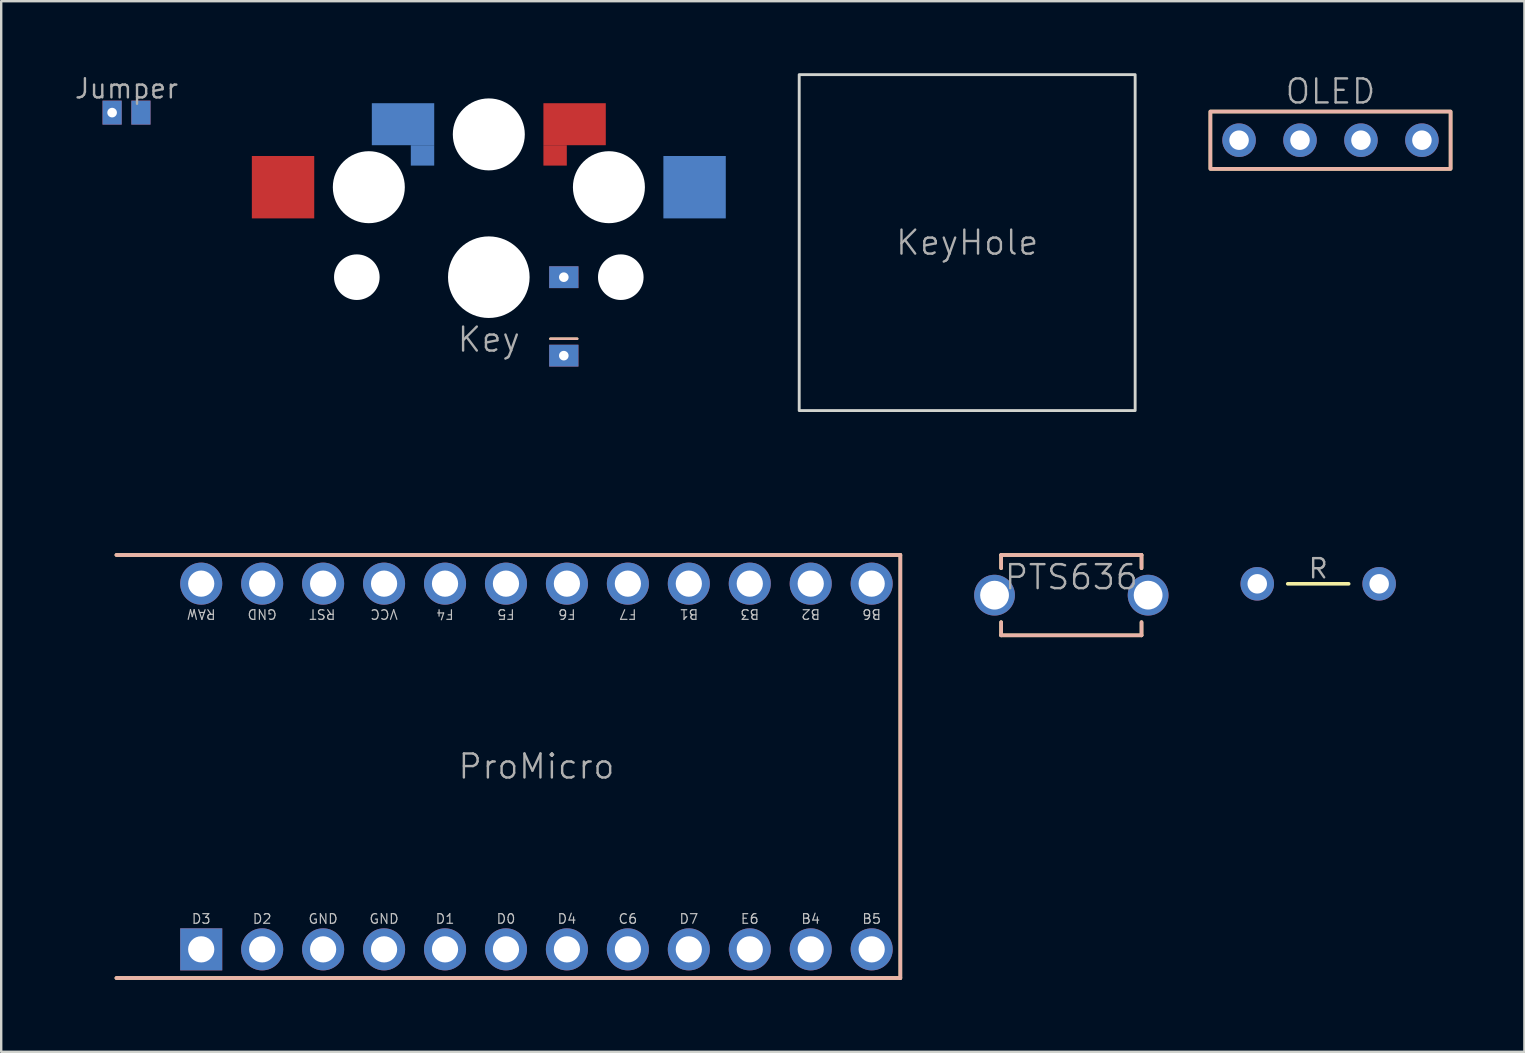
<source format=kicad_pcb>
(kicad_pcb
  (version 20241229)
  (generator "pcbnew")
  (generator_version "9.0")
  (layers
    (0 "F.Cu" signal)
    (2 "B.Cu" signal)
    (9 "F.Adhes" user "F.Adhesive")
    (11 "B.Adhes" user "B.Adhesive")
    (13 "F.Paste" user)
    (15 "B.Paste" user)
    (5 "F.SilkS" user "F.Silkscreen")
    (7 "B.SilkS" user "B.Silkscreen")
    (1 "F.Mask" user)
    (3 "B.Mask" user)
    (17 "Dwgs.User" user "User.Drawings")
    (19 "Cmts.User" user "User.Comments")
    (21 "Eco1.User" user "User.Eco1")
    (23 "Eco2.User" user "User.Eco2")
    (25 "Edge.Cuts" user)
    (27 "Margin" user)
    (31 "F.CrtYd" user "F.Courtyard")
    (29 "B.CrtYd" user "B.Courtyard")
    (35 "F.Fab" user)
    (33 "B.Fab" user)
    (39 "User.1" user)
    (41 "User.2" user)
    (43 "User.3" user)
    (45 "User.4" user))
  (footprint "Key"
    (layer "F.Cu")
    (at 17.32 8.501)
    (property "Reference" "Key" (at 0 2.6 0) (unlocked yes) (layer "F.Fab") (effects (font (size 1 1) (thickness 0.1))))
    (attr through_hole)
    (fp_line (start 2.565 2.565) (end 3.685 2.565) (stroke (width 0.1) (type default)) (layer "F.SilkS"))
    (fp_line (start 2.565 2.565) (end 3.685 2.565) (stroke (width 0.1) (type default)) (layer "B.SilkS"))
    (fp_rect (start -9 -8.5) (end 9 8.5) (stroke (width 0.001) (type default)) (fill no) (layer "Dwgs.User"))
    (fp_rect (start -6.9 -6.9) (end 6.9 6.9) (stroke (width 0.001) (type default)) (fill no) (layer "B.Fab"))
    (fp_rect (start 7.275 -8.275) (end -2.275 -1.425) (stroke (width 0.001) (type default)) (fill no) (layer "B.Fab"))
    (fp_rect (start -7.275 -8.275) (end 2.275 -1.425) (stroke (width 0.001) (type default)) (fill no) (layer "F.Fab"))
    (fp_rect (start -6.9 -6.9) (end 6.9 6.9) (stroke (width 0.001) (type default)) (fill no) (layer "F.Fab"))
    (pad "" np_thru_hole circle (at -5.5 0) (size 1.9 1.9) (drill 1.9) (layers "*.Cu" "*.Mask"))
    (pad "" np_thru_hole circle (at -5 -3.75) (size 3 3) (drill 3) (layers "*.Cu" "*.Mask"))
    (pad "" np_thru_hole circle (at 0 -5.95) (size 3 3) (drill 3) (layers "*.Cu" "*.Mask"))
    (pad "" np_thru_hole circle (at 0 0) (size 3.4 3.4) (drill 3.4) (layers "*.Cu" "*.Mask"))
    (pad "" np_thru_hole circle (at 5.005 -3.75) (size 3 3) (drill 3) (layers "*.Cu" "*.Mask"))
    (pad "" np_thru_hole circle (at 5.5 0) (size 1.9 1.9) (drill 1.9) (layers "*.Cu" "*.Mask"))
    (pad "1" smd rect (at -8.575 -3.75) (size 2.6 2.6) (layers "F.Cu" "F.Mask" "F.Paste"))
    (pad "2" smd rect (at -3.575 -6.375) (size 2.6 1.75) (layers "B.Cu" "B.Mask" "B.Paste"))
    (pad "2" smd rect (at -2.763 -5.075) (size 0.975 0.85) (layers "B.Cu" "B.Mask" "B.Paste"))
    (pad "3" smd rect (at 8.575 -3.75) (size 2.6 2.6) (layers "B.Cu" "B.Mask" "B.Paste"))
    (pad "4" smd rect (at 2.763 -5.075) (size 0.975 0.85) (layers "F.Cu" "F.Mask" "F.Paste"))
    (pad "4" smd rect (at 3.575 -6.375) (size 2.6 1.75) (layers "F.Cu" "F.Mask" "F.Paste"))
    (pad "5" thru_hole rect (at 3.125 0 90) (size 0.91 1.22) (drill 0.4) (layers "*.Cu" "*.Mask"))
    (pad "6" thru_hole rect (at 3.125 3.27 90) (size 0.91 1.22) (drill 0.4) (layers "*.Cu" "*.Mask")))
  (footprint "Jumper"
    (layer "F.Cu")
    (at 2.222 1.643)
    (property "Reference" "Jumper" (at 0 -1 0) (unlocked yes) (layer "F.Fab") (effects (font (size 0.8 0.8) (thickness 0.1))))
    (attr smd)
    (pad "1" thru_hole rect (at -0.6 0) (size 0.8 1) (drill 0.4) (layers "*.Cu" "*.Mask"))
    (pad "2" smd rect (at 0.6 0) (size 0.8 1) (layers "F.Cu" "F.Mask" "F.Paste"))
    (pad "3" smd rect (at 0.6 0) (size 0.8 1) (layers "B.Cu" "B.Mask" "B.Paste")))
  (footprint "KeyHole"
    (layer "F.Cu")
    (at 37.255 7.06)
    (property "Reference" "KeyHole" (at 0 0 0) (unlocked yes) (layer "F.Fab") (effects (font (size 1 1) (thickness 0.1))))
    (fp_rect (start -7 -7) (end 7 7) (stroke (width 0.12) (type default)) (fill no) (layer "Edge.Cuts")))
  (footprint "ProMicro"
    (layer "F.Cu")
    (at 19.305 28.892)
    (property "Reference" "ProMicro" (at 0 0 0) (layer "F.Fab") (effects (font (size 1 1) (thickness 0.1))))
    (attr through_hole)
    (fp_line (start -17.505 -8.815) (end 15.165 -8.815) (stroke (width 0.15) (type default)) (layer "F.SilkS"))
    (fp_line (start 15.165 -8.815) (end 15.165 8.815) (stroke (width 0.15) (type default)) (layer "F.SilkS"))
    (fp_line (start 15.165 8.815) (end -17.505 8.815) (stroke (width 0.15) (type default)) (layer "F.SilkS"))
    (fp_line (start -17.505 -8.815) (end 15.165 -8.815) (stroke (width 0.15) (type default)) (layer "B.SilkS"))
    (fp_line (start 15.165 -8.815) (end 15.165 8.815) (stroke (width 0.15) (type default)) (layer "B.SilkS"))
    (fp_line (start 15.165 8.815) (end -17.505 8.815) (stroke (width 0.15) (type default)) (layer "B.SilkS"))
    (fp_rect (start -19.304 -3.556) (end -14.224 3.81) (stroke (width 0.001) (type default)) (fill no) (layer "Dwgs.User"))
    (fp_rect (start -17.78 -8.89) (end 15.24 8.89) (stroke (width 0.001) (type default)) (fill no) (layer "F.Fab"))
    (fp_text user "F6" (at 1.27 -6.35 180) (unlocked yes) (layer "Dwgs.User") (effects (font (size 0.4 0.4) (thickness 0.05))))
    (fp_text user "F7" (at 3.81 -6.35 180) (unlocked yes) (layer "Dwgs.User") (effects (font (size 0.4 0.4) (thickness 0.05))))
    (fp_text user "GND" (at -8.89 6.35 0) (unlocked yes) (layer "Dwgs.User") (effects (font (size 0.4 0.4) (thickness 0.05))))
    (fp_text user "B2" (at 11.43 -6.35 180) (unlocked yes) (layer "Dwgs.User") (effects (font (size 0.4 0.4) (thickness 0.05))))
    (fp_text user "C6" (at 3.81 6.35 0) (unlocked yes) (layer "Dwgs.User") (effects (font (size 0.4 0.4) (thickness 0.05))))
    (fp_text user "GND" (at -6.35 6.35 0) (unlocked yes) (layer "Dwgs.User") (effects (font (size 0.4 0.4) (thickness 0.05))))
    (fp_text user "D7" (at 6.35 6.35 0) (unlocked yes) (layer "Dwgs.User") (effects (font (size 0.4 0.4) (thickness 0.05))))
    (fp_text user "B1" (at 6.35 -6.35 180) (unlocked yes) (layer "Dwgs.User") (effects (font (size 0.4 0.4) (thickness 0.05))))
    (fp_text user "RST" (at -8.92 -6.35 180) (unlocked yes) (layer "Dwgs.User") (effects (font (size 0.4 0.4) (thickness 0.05))))
    (fp_text user "D1" (at -3.81 6.35 0) (unlocked yes) (layer "Dwgs.User") (effects (font (size 0.4 0.4) (thickness 0.05))))
    (fp_text user "D3" (at -13.97 6.35 0) (unlocked yes) (layer "Dwgs.User") (effects (font (size 0.4 0.4) (thickness 0.05))))
    (fp_text user "F5" (at -1.27 -6.35 180) (unlocked yes) (layer "Dwgs.User") (effects (font (size 0.4 0.4) (thickness 0.05))))
    (fp_text user "B3" (at 8.89 -6.35 180) (unlocked yes) (layer "Dwgs.User") (effects (font (size 0.4 0.4) (thickness 0.05))))
    (fp_text user "D4" (at 1.27 6.35 0) (unlocked yes) (layer "Dwgs.User") (effects (font (size 0.4 0.4) (thickness 0.05))))
    (fp_text user "GND" (at -11.43 -6.35 180) (unlocked yes) (layer "Dwgs.User") (effects (font (size 0.4 0.4) (thickness 0.05))))
    (fp_text user "B6" (at 13.97 -6.35 180) (unlocked yes) (layer "Dwgs.User") (effects (font (size 0.4 0.4) (thickness 0.05))))
    (fp_text user "VCC" (at -6.35 -6.35 180) (unlocked yes) (layer "Dwgs.User") (effects (font (size 0.4 0.4) (thickness 0.05))))
    (fp_text user "B4" (at 11.43 6.35 0) (unlocked yes) (layer "Dwgs.User") (effects (font (size 0.4 0.4) (thickness 0.05))))
    (fp_text user "B5" (at 13.97 6.35 0) (unlocked yes) (layer "Dwgs.User") (effects (font (size 0.4 0.4) (thickness 0.05))))
    (fp_text user "D2" (at -11.43 6.35 0) (unlocked yes) (layer "Dwgs.User") (effects (font (size 0.4 0.4) (thickness 0.05))))
    (fp_text user "RAW" (at -13.97 -6.35 180) (unlocked yes) (layer "Dwgs.User") (effects (font (size 0.4 0.4) (thickness 0.05))))
    (fp_text user "D0" (at -1.27 6.35 0) (unlocked yes) (layer "Dwgs.User") (effects (font (size 0.4 0.4) (thickness 0.05))))
    (fp_text user "E6" (at 8.89 6.35 0) (unlocked yes) (layer "Dwgs.User") (effects (font (size 0.4 0.4) (thickness 0.05))))
    (fp_text user "F4" (at -3.81 -6.35 180) (unlocked yes) (layer "Dwgs.User") (effects (font (size 0.4 0.4) (thickness 0.05))))
    (pad "1" thru_hole rect (at -13.97 7.62) (size 1.753 1.753) (drill 1.092) (layers "*.Cu" "*.Mask"))
    (pad "2" thru_hole circle (at -11.43 7.62) (size 1.753 1.753) (drill 1.092) (layers "*.Cu" "*.Mask"))
    (pad "3" thru_hole circle (at -8.89 7.62) (size 1.753 1.753) (drill 1.092) (layers "*.Cu" "*.Mask"))
    (pad "4" thru_hole circle (at -6.35 7.62) (size 1.753 1.753) (drill 1.092) (layers "*.Cu" "*.Mask"))
    (pad "5" thru_hole circle (at -3.81 7.62) (size 1.753 1.753) (drill 1.092) (layers "*.Cu" "*.Mask"))
    (pad "6" thru_hole circle (at -1.27 7.62) (size 1.753 1.753) (drill 1.092) (layers "*.Cu" "*.Mask"))
    (pad "7" thru_hole circle (at 1.27 7.62) (size 1.753 1.753) (drill 1.092) (layers "*.Cu" "*.Mask"))
    (pad "8" thru_hole circle (at 3.81 7.62) (size 1.753 1.753) (drill 1.092) (layers "*.Cu" "*.Mask"))
    (pad "9" thru_hole circle (at 6.35 7.62) (size 1.753 1.753) (drill 1.092) (layers "*.Cu" "*.Mask"))
    (pad "10" thru_hole circle (at 8.89 7.62) (size 1.753 1.753) (drill 1.092) (layers "*.Cu" "*.Mask"))
    (pad "11" thru_hole circle (at 11.43 7.62) (size 1.753 1.753) (drill 1.092) (layers "*.Cu" "*.Mask"))
    (pad "12" thru_hole circle (at 13.97 7.62) (size 1.753 1.753) (drill 1.092) (layers "*.Cu" "*.Mask"))
    (pad "13" thru_hole circle (at 13.97 -7.62) (size 1.753 1.753) (drill 1.092) (layers "*.Cu" "*.Mask"))
    (pad "14" thru_hole circle (at 11.43 -7.62) (size 1.753 1.753) (drill 1.092) (layers "*.Cu" "*.Mask"))
    (pad "15" thru_hole circle (at 8.89 -7.62) (size 1.753 1.753) (drill 1.092) (layers "*.Cu" "*.Mask"))
    (pad "16" thru_hole circle (at 6.35 -7.62) (size 1.753 1.753) (drill 1.092) (layers "*.Cu" "*.Mask"))
    (pad "17" thru_hole circle (at 3.81 -7.62) (size 1.753 1.753) (drill 1.092) (layers "*.Cu" "*.Mask"))
    (pad "18" thru_hole circle (at 1.27 -7.62) (size 1.753 1.753) (drill 1.092) (layers "*.Cu" "*.Mask"))
    (pad "19" thru_hole circle (at -1.27 -7.62) (size 1.753 1.753) (drill 1.092) (layers "*.Cu" "*.Mask"))
    (pad "20" thru_hole circle (at -3.81 -7.62) (size 1.753 1.753) (drill 1.092) (layers "*.Cu" "*.Mask"))
    (pad "21" thru_hole circle (at -6.35 -7.62) (size 1.753 1.753) (drill 1.092) (layers "*.Cu" "*.Mask"))
    (pad "22" thru_hole circle (at -8.89 -7.62) (size 1.753 1.753) (drill 1.092) (layers "*.Cu" "*.Mask"))
    (pad "23" thru_hole circle (at -11.43 -7.62) (size 1.753 1.753) (drill 1.092) (layers "*.Cu" "*.Mask"))
    (pad "24" thru_hole circle (at -13.97 -7.62) (size 1.753 1.753) (drill 1.092) (layers "*.Cu" "*.Mask")))
  (footprint "R"
    (layer "F.Cu")
    (at 51.883 21.279)
    (property "Reference" "R" (at 0 -0.635 0) (unlocked yes) (layer "F.Fab") (effects (font (size 0.8 0.8) (thickness 0.1))))
    (attr through_hole)
    (fp_line (start -1.27 0) (end 1.27 0) (stroke (width 0.15) (type default)) (layer "F.SilkS"))
    (pad "1" thru_hole circle (at -2.54 0) (size 1.397 1.397) (drill 0.813) (layers "*.Cu" "*.Mask"))
    (pad "2" thru_hole circle (at 2.54 0) (size 1.397 1.397) (drill 0.813) (layers "*.Cu" "*.Mask")))
  (footprint "OLED"
    (layer "F.Cu")
    (at 52.395 2.792)
    (property "Reference" "OLED" (at 0 -2.032 0) (unlocked yes) (layer "F.Fab") (effects (font (size 1 1) (thickness 0.1))))
    (attr through_hole)
    (fp_rect (start -5.005 -1.195) (end 5.005 1.195) (stroke (width 0.15) (type default)) (fill no) (layer "F.SilkS"))
    (fp_rect (start -5.005 -1.195) (end 5.005 1.195) (stroke (width 0.15) (type default)) (fill no) (layer "B.SilkS"))
    (fp_rect (start -5.08 -1.27) (end 5.08 1.27) (stroke (width 0.001) (type default)) (fill no) (layer "F.Fab"))
    (pad "1" thru_hole circle (at -3.81 0) (size 1.397 1.397) (drill 0.813) (layers "*.Cu" "*.Mask"))
    (pad "2" thru_hole circle (at -1.27 0) (size 1.397 1.397) (drill 0.813) (layers "*.Cu" "*.Mask"))
    (pad "3" thru_hole circle (at 1.27 0) (size 1.397 1.397) (drill 0.813) (layers "*.Cu" "*.Mask"))
    (pad "4" thru_hole circle (at 3.81 0) (size 1.397 1.397) (drill 0.813) (layers "*.Cu" "*.Mask")))
  (footprint "PTS636"
    (layer "F.Cu")
    (at 41.595 21.752)
    (property "Reference" "PTS636" (at 0 -0.75 0) (unlocked yes) (layer "F.Fab") (effects (font (size 1 1) (thickness 0.1))))
    (attr smd)
    (fp_line (start -2.925 -1.675) (end 2.925 -1.675) (stroke (width 0.15) (type default)) (layer "F.SilkS"))
    (fp_line (start -2.925 -1.125) (end -2.925 -1.675) (stroke (width 0.15) (type default)) (layer "F.SilkS"))
    (fp_line (start -2.925 1.125) (end -2.925 1.675) (stroke (width 0.15) (type default)) (layer "F.SilkS"))
    (fp_line (start 2.925 -1.125) (end 2.925 -1.675) (stroke (width 0.15) (type default)) (layer "F.SilkS"))
    (fp_line (start 2.925 1.125) (end 2.925 1.675) (stroke (width 0.15) (type default)) (layer "F.SilkS"))
    (fp_line (start 2.925 1.675) (end -2.925 1.675) (stroke (width 0.15) (type default)) (layer "F.SilkS"))
    (fp_line (start -2.925 -1.675) (end 2.925 -1.675) (stroke (width 0.15) (type default)) (layer "B.SilkS"))
    (fp_line (start -2.925 -1.125) (end -2.925 -1.675) (stroke (width 0.15) (type default)) (layer "B.SilkS"))
    (fp_line (start -2.925 1.125) (end -2.925 1.675) (stroke (width 0.15) (type default)) (layer "B.SilkS"))
    (fp_line (start 2.925 -1.125) (end 2.925 -1.675) (stroke (width 0.15) (type default)) (layer "B.SilkS"))
    (fp_line (start 2.925 1.125) (end 2.925 1.675) (stroke (width 0.15) (type default)) (layer "B.SilkS"))
    (fp_line (start 2.925 1.675) (end -2.925 1.675) (stroke (width 0.15) (type default)) (layer "B.SilkS"))
    (fp_rect (start -3 -1.75) (end 3 1.75) (stroke (width 0.001) (type default)) (fill no) (layer "F.Fab"))
    (pad "1" thru_hole circle (at -3.2 0) (size 1.7 1.7) (drill 1.2) (layers "*.Cu" "*.Mask"))
    (pad "2" thru_hole circle (at 3.2 0) (size 1.7 1.7) (drill 1.2) (layers "*.Cu" "*.Mask")))
  (gr_rect
    (start -3 -3)
    (end 60.476 40.782)
    (stroke (width 0.1) (type default))
    (fill no)
    (layer "Edge.Cuts")))
</source>
